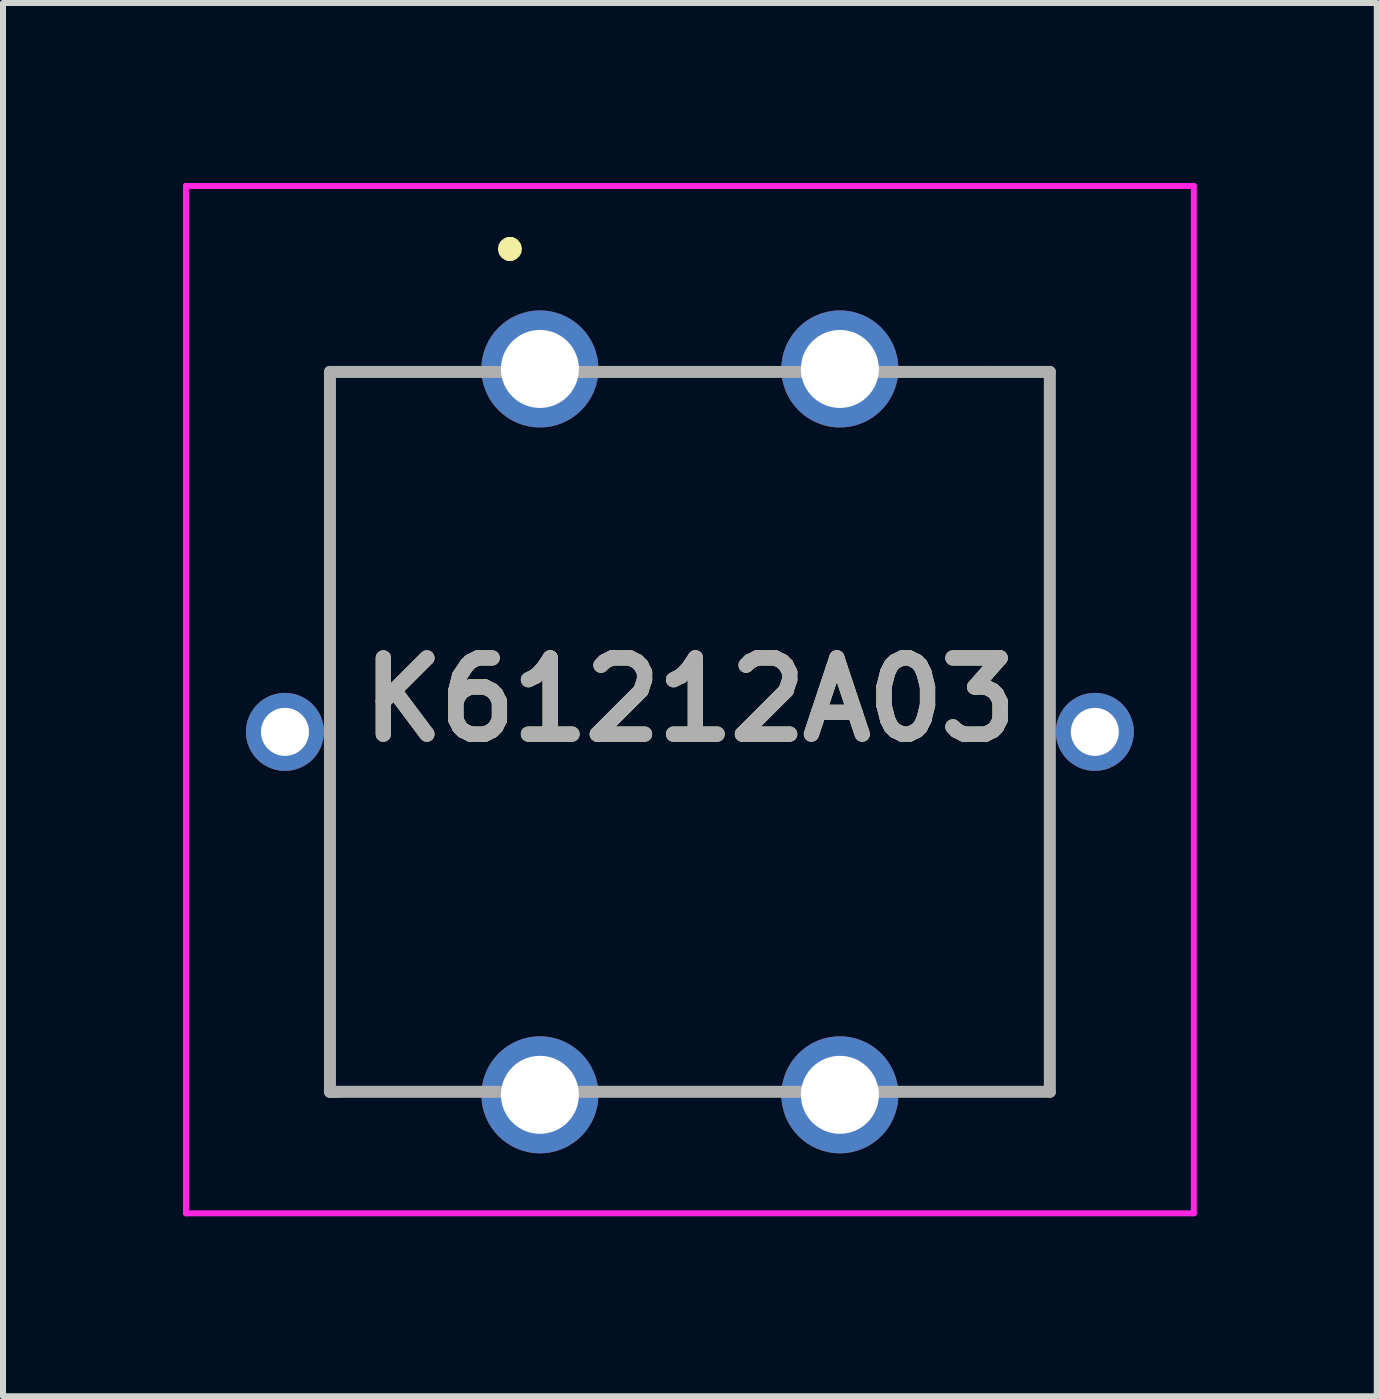
<source format=kicad_pcb>
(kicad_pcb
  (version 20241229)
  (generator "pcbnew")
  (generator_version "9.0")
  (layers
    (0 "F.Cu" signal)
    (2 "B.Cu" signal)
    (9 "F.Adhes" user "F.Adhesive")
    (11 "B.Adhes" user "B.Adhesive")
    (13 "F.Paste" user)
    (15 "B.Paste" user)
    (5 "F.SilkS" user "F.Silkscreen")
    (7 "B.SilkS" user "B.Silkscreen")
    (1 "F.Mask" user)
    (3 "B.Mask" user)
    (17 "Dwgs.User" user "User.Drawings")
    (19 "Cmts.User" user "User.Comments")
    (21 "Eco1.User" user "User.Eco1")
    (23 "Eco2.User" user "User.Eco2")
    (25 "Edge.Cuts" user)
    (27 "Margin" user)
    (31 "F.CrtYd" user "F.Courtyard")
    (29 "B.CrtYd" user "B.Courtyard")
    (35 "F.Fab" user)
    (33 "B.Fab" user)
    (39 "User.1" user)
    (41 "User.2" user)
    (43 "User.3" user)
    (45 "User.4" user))
  (footprint "K61212A03"
    (layer "F.Cu")
    (at 5.95 3.1)
    (property "Reference" "K61212A03" (at 2.5 5.513 0) (layer "F.SilkS") (effects (font (size 1.27 1.27) (thickness 0.254))))
    (attr through_hole)
    (fp_line (start -3.5 0.05) (end -3.5 4.05) (stroke (width 0.1) (type solid)) (layer "F.SilkS"))
    (fp_line (start -3.5 8.05) (end -3.5 12.1) (stroke (width 0.1) (type solid)) (layer "F.SilkS"))
    (fp_line (start -3.5 12.1) (end -2.5 12.05) (stroke (width 0.1) (type solid)) (layer "F.SilkS"))
    (fp_line (start -2.5 0.05) (end -3.5 0.05) (stroke (width 0.1) (type solid)) (layer "F.SilkS"))
    (fp_line (start -0.5 -2.05) (end -0.5 -2.05) (stroke (width 0.3) (type solid)) (layer "F.SilkS"))
    (fp_line (start -0.5 -1.95) (end -0.5 -1.95) (stroke (width 0.3) (type solid)) (layer "F.SilkS"))
    (fp_line (start 7.5 0) (end 8.5 0.05) (stroke (width 0.1) (type solid)) (layer "F.SilkS"))
    (fp_line (start 8.5 0.05) (end 8.5 4.05) (stroke (width 0.1) (type solid)) (layer "F.SilkS"))
    (fp_line (start 8.5 8.05) (end 8.5 12.05) (stroke (width 0.1) (type solid)) (layer "F.SilkS"))
    (fp_line (start 8.5 12.05) (end 7.5 12.05) (stroke (width 0.1) (type solid)) (layer "F.SilkS"))
    (fp_arc (start -0.5 -2.05) (mid -0.45 -2) (end -0.5 -1.95) (stroke (width 0.3) (type solid)) (layer "F.SilkS"))
    (fp_arc (start -0.5 -1.95) (mid -0.55 -2) (end -0.5 -2.05) (stroke (width 0.3) (type solid)) (layer "F.SilkS"))
    (fp_line (start -5.9 -3.05) (end 10.9 -3.05) (stroke (width 0.1) (type solid)) (layer "F.CrtYd"))
    (fp_line (start -5.9 14.075) (end -5.9 -3.05) (stroke (width 0.1) (type solid)) (layer "F.CrtYd"))
    (fp_line (start 10.9 -3.05) (end 10.9 14.075) (stroke (width 0.1) (type solid)) (layer "F.CrtYd"))
    (fp_line (start 10.9 14.075) (end -5.9 14.075) (stroke (width 0.1) (type solid)) (layer "F.CrtYd"))
    (fp_line (start -3.5 0.05) (end 8.5 0.05) (stroke (width 0.2) (type solid)) (layer "F.Fab"))
    (fp_line (start -3.5 12.05) (end -3.5 0.05) (stroke (width 0.2) (type solid)) (layer "F.Fab"))
    (fp_line (start 8.5 0.05) (end 8.5 12.05) (stroke (width 0.2) (type solid)) (layer "F.Fab"))
    (fp_line (start 8.5 12.05) (end -3.5 12.05) (stroke (width 0.2) (type solid)) (layer "F.Fab"))
    (fp_text user "${REFERENCE}" (at 2.5 5.513 0) (layer "F.Fab") (effects (font (size 1.27 1.27) (thickness 0.254))))
    (pad "" np_thru_hole circle (at -1.85 6.05) (size 0.001 0.001) (drill 1.8) (layers "*.Cu" "*.Mask"))
    (pad "" np_thru_hole circle (at 6.85 6.05) (size 0.001 0.001) (drill 1.8) (layers "*.Cu" "*.Mask"))
    (pad "C1" thru_hole circle (at 0 0) (size 1.95 1.95) (drill 1.3) (layers "*.Cu" "*.Mask"))
    (pad "C2" thru_hole circle (at 5 0) (size 1.95 1.95) (drill 1.3) (layers "*.Cu" "*.Mask"))
    (pad "C3" thru_hole circle (at 0 12.1) (size 1.95 1.95) (drill 1.3) (layers "*.Cu" "*.Mask"))
    (pad "C4" thru_hole circle (at 5 12.1) (size 1.95 1.95) (drill 1.3) (layers "*.Cu" "*.Mask"))
    (pad "MH3" thru_hole circle (at -4.25 6.05) (size 1.3 1.3) (drill 0.8) (layers "*.Cu" "*.Mask"))
    (pad "MH4" thru_hole circle (at 9.25 6.05) (size 1.3 1.3) (drill 0.8) (layers "*.Cu" "*.Mask")))
  (gr_rect
    (start -3 -3)
    (end 19.9 20.225)
    (stroke (width 0.1) (type default))
    (fill no)
    (layer "Edge.Cuts")))
</source>
